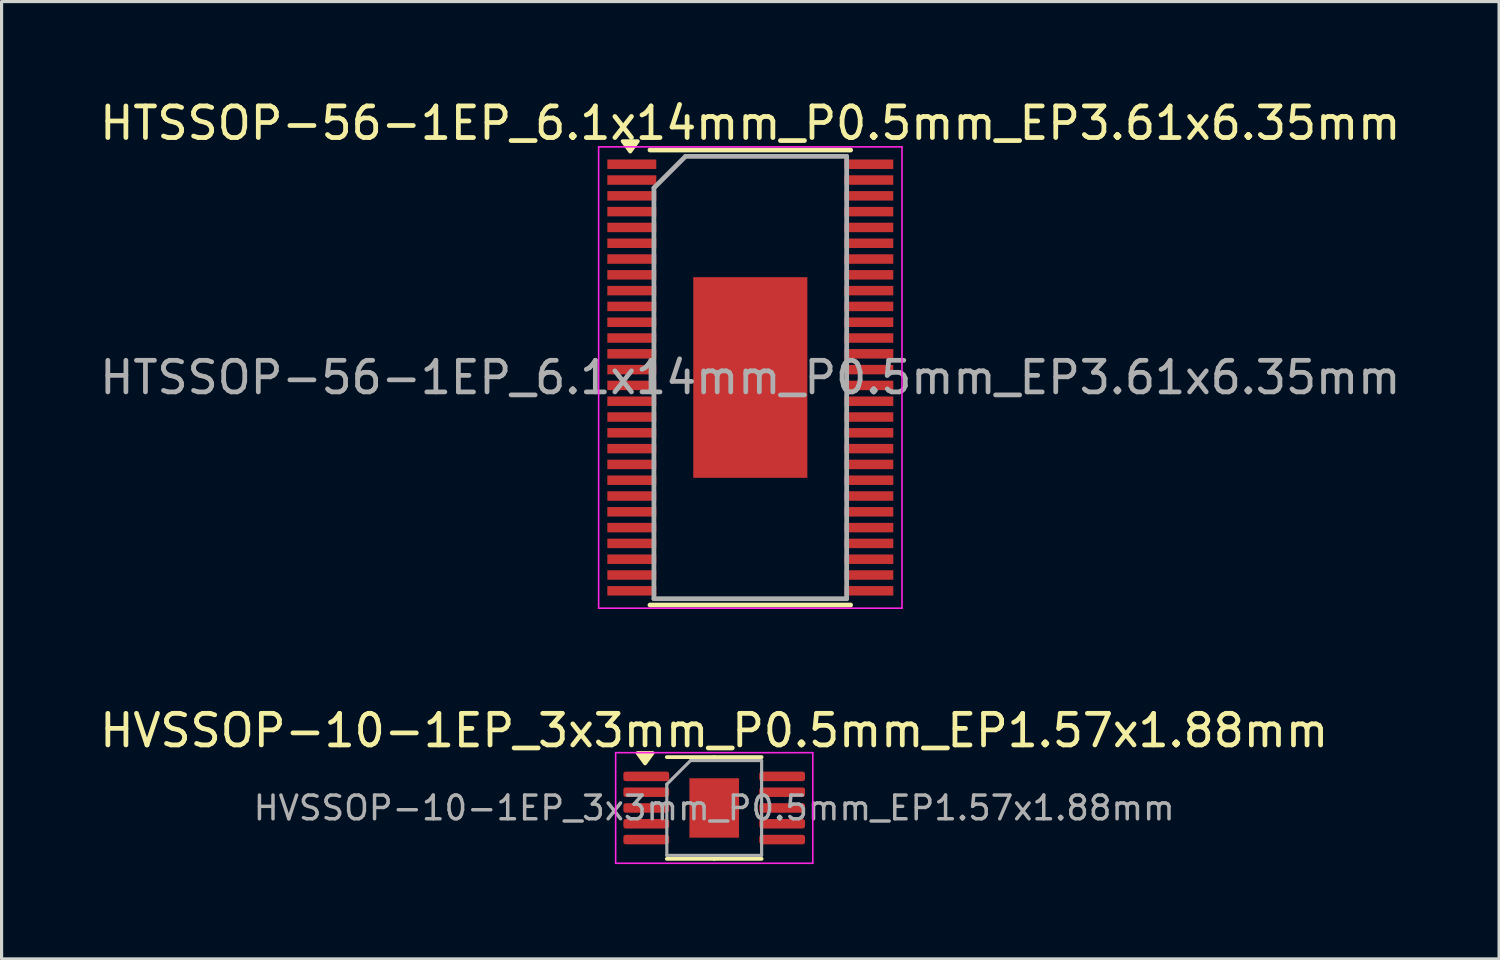
<source format=kicad_pcb>
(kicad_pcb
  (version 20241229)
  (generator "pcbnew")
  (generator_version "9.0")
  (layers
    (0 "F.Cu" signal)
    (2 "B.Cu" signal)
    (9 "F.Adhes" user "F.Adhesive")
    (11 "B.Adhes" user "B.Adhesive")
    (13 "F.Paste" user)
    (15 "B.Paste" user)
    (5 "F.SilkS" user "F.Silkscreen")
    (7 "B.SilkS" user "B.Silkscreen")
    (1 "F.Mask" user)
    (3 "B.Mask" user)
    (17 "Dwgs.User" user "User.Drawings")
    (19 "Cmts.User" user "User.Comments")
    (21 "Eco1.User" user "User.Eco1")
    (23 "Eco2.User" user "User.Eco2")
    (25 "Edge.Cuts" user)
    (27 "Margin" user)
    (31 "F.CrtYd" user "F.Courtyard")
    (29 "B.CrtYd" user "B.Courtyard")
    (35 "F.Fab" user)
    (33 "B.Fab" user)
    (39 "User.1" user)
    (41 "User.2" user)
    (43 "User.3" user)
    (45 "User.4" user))
  (footprint "HTSSOP-56-1EP_6.1x14mm_P0.5mm_EP3.61x6.35mm"
    (layer "F.Cu")
    (at 20.696 8.898)
    (property "Reference" "HTSSOP-56-1EP_6.1x14mm_P0.5mm_EP3.61x6.35mm" (at 0 -8.05 0) (layer "F.SilkS") (effects (font (size 1 1) (thickness 0.15))))
    (attr smd)
    (fp_line (start -3.175 -7.2) (end 3.175 -7.2) (stroke (width 0.15) (type solid)) (layer "F.SilkS"))
    (fp_line (start -3.175 7.2) (end 3.175 7.2) (stroke (width 0.15) (type solid)) (layer "F.SilkS"))
    (fp_poly (pts (xy -3.8 -7.15) (xy -4.04 -7.48) (xy -3.56 -7.48) (xy -3.8 -7.15)) (stroke (width 0.12) (type solid)) (fill yes) (layer "F.SilkS"))
    (fp_line (start -4.8 -7.3) (end -4.8 7.3) (stroke (width 0.05) (type solid)) (layer "F.CrtYd"))
    (fp_line (start -4.8 -7.3) (end 4.8 -7.3) (stroke (width 0.05) (type solid)) (layer "F.CrtYd"))
    (fp_line (start -4.8 7.3) (end 4.8 7.3) (stroke (width 0.05) (type solid)) (layer "F.CrtYd"))
    (fp_line (start 4.8 -7.3) (end 4.8 7.3) (stroke (width 0.05) (type solid)) (layer "F.CrtYd"))
    (fp_line (start -3.05 -6) (end -2.05 -7) (stroke (width 0.15) (type solid)) (layer "F.Fab"))
    (fp_line (start -3.05 7) (end -3.05 -6) (stroke (width 0.15) (type solid)) (layer "F.Fab"))
    (fp_line (start -2.05 -7) (end 3.05 -7) (stroke (width 0.15) (type solid)) (layer "F.Fab"))
    (fp_line (start 3.05 -7) (end 3.05 7) (stroke (width 0.15) (type solid)) (layer "F.Fab"))
    (fp_line (start 3.05 7) (end -3.05 7) (stroke (width 0.15) (type solid)) (layer "F.Fab"))
    (fp_text user "${REFERENCE}" (at 0 0 0) (layer "F.Fab") (effects (font (size 1 1) (thickness 0.15))))
    (pad "" smd rect (at -1.203 -2.54) (size 0.96 1.03) (layers "F.Paste"))
    (pad "" smd rect (at -1.203 -1.27) (size 0.96 1.03) (layers "F.Paste"))
    (pad "" smd rect (at -1.203 0) (size 0.96 1.03) (layers "F.Paste"))
    (pad "" smd rect (at -1.203 1.27) (size 0.96 1.03) (layers "F.Paste"))
    (pad "" smd rect (at -1.203 2.54) (size 0.96 1.03) (layers "F.Paste"))
    (pad "" smd rect (at 0 -2.54) (size 0.96 1.03) (layers "F.Paste"))
    (pad "" smd rect (at 0 -1.27) (size 0.96 1.03) (layers "F.Paste"))
    (pad "" smd rect (at 0 0) (size 0.96 1.03) (layers "F.Paste"))
    (pad "" smd rect (at 0 1.27) (size 0.96 1.03) (layers "F.Paste"))
    (pad "" smd rect (at 0 2.54) (size 0.96 1.03) (layers "F.Paste"))
    (pad "" smd rect (at 1.203 -2.54) (size 0.96 1.03) (layers "F.Paste"))
    (pad "" smd rect (at 1.203 -1.27) (size 0.96 1.03) (layers "F.Paste"))
    (pad "" smd rect (at 1.203 0) (size 0.96 1.03) (layers "F.Paste"))
    (pad "" smd rect (at 1.203 1.27) (size 0.96 1.03) (layers "F.Paste"))
    (pad "" smd rect (at 1.203 2.54) (size 0.96 1.03) (layers "F.Paste"))
    (pad "1" smd rect (at -3.75 -6.75) (size 1.55 0.3) (layers "F.Cu" "F.Mask" "F.Paste"))
    (pad "2" smd rect (at -3.75 -6.25) (size 1.55 0.3) (layers "F.Cu" "F.Mask" "F.Paste"))
    (pad "3" smd rect (at -3.75 -5.75) (size 1.55 0.3) (layers "F.Cu" "F.Mask" "F.Paste"))
    (pad "4" smd rect (at -3.75 -5.25) (size 1.55 0.3) (layers "F.Cu" "F.Mask" "F.Paste"))
    (pad "5" smd rect (at -3.75 -4.75) (size 1.55 0.3) (layers "F.Cu" "F.Mask" "F.Paste"))
    (pad "6" smd rect (at -3.75 -4.25) (size 1.55 0.3) (layers "F.Cu" "F.Mask" "F.Paste"))
    (pad "7" smd rect (at -3.75 -3.75) (size 1.55 0.3) (layers "F.Cu" "F.Mask" "F.Paste"))
    (pad "8" smd rect (at -3.75 -3.25) (size 1.55 0.3) (layers "F.Cu" "F.Mask" "F.Paste"))
    (pad "9" smd rect (at -3.75 -2.75) (size 1.55 0.3) (layers "F.Cu" "F.Mask" "F.Paste"))
    (pad "10" smd rect (at -3.75 -2.25) (size 1.55 0.3) (layers "F.Cu" "F.Mask" "F.Paste"))
    (pad "11" smd rect (at -3.75 -1.75) (size 1.55 0.3) (layers "F.Cu" "F.Mask" "F.Paste"))
    (pad "12" smd rect (at -3.75 -1.25) (size 1.55 0.3) (layers "F.Cu" "F.Mask" "F.Paste"))
    (pad "13" smd rect (at -3.75 -0.75) (size 1.55 0.3) (layers "F.Cu" "F.Mask" "F.Paste"))
    (pad "14" smd rect (at -3.75 -0.25) (size 1.55 0.3) (layers "F.Cu" "F.Mask" "F.Paste"))
    (pad "15" smd rect (at -3.75 0.25) (size 1.55 0.3) (layers "F.Cu" "F.Mask" "F.Paste"))
    (pad "16" smd rect (at -3.75 0.75) (size 1.55 0.3) (layers "F.Cu" "F.Mask" "F.Paste"))
    (pad "17" smd rect (at -3.75 1.25) (size 1.55 0.3) (layers "F.Cu" "F.Mask" "F.Paste"))
    (pad "18" smd rect (at -3.75 1.75) (size 1.55 0.3) (layers "F.Cu" "F.Mask" "F.Paste"))
    (pad "19" smd rect (at -3.75 2.25) (size 1.55 0.3) (layers "F.Cu" "F.Mask" "F.Paste"))
    (pad "20" smd rect (at -3.75 2.75) (size 1.55 0.3) (layers "F.Cu" "F.Mask" "F.Paste"))
    (pad "21" smd rect (at -3.75 3.25) (size 1.55 0.3) (layers "F.Cu" "F.Mask" "F.Paste"))
    (pad "22" smd rect (at -3.75 3.75) (size 1.55 0.3) (layers "F.Cu" "F.Mask" "F.Paste"))
    (pad "23" smd rect (at -3.75 4.25) (size 1.55 0.3) (layers "F.Cu" "F.Mask" "F.Paste"))
    (pad "24" smd rect (at -3.75 4.75) (size 1.55 0.3) (layers "F.Cu" "F.Mask" "F.Paste"))
    (pad "25" smd rect (at -3.75 5.25) (size 1.55 0.3) (layers "F.Cu" "F.Mask" "F.Paste"))
    (pad "26" smd rect (at -3.75 5.75) (size 1.55 0.3) (layers "F.Cu" "F.Mask" "F.Paste"))
    (pad "27" smd rect (at -3.75 6.25) (size 1.55 0.3) (layers "F.Cu" "F.Mask" "F.Paste"))
    (pad "28" smd rect (at -3.75 6.75) (size 1.55 0.3) (layers "F.Cu" "F.Mask" "F.Paste"))
    (pad "29" smd rect (at 3.75 6.75) (size 1.55 0.3) (layers "F.Cu" "F.Mask" "F.Paste"))
    (pad "30" smd rect (at 3.75 6.25) (size 1.55 0.3) (layers "F.Cu" "F.Mask" "F.Paste"))
    (pad "31" smd rect (at 3.75 5.75) (size 1.55 0.3) (layers "F.Cu" "F.Mask" "F.Paste"))
    (pad "32" smd rect (at 3.75 5.25) (size 1.55 0.3) (layers "F.Cu" "F.Mask" "F.Paste"))
    (pad "33" smd rect (at 3.75 4.75) (size 1.55 0.3) (layers "F.Cu" "F.Mask" "F.Paste"))
    (pad "34" smd rect (at 3.75 4.25) (size 1.55 0.3) (layers "F.Cu" "F.Mask" "F.Paste"))
    (pad "35" smd rect (at 3.75 3.75) (size 1.55 0.3) (layers "F.Cu" "F.Mask" "F.Paste"))
    (pad "36" smd rect (at 3.75 3.25) (size 1.55 0.3) (layers "F.Cu" "F.Mask" "F.Paste"))
    (pad "37" smd rect (at 3.75 2.75) (size 1.55 0.3) (layers "F.Cu" "F.Mask" "F.Paste"))
    (pad "38" smd rect (at 3.75 2.25) (size 1.55 0.3) (layers "F.Cu" "F.Mask" "F.Paste"))
    (pad "39" smd rect (at 3.75 1.75) (size 1.55 0.3) (layers "F.Cu" "F.Mask" "F.Paste"))
    (pad "40" smd rect (at 3.75 1.25) (size 1.55 0.3) (layers "F.Cu" "F.Mask" "F.Paste"))
    (pad "41" smd rect (at 3.75 0.75) (size 1.55 0.3) (layers "F.Cu" "F.Mask" "F.Paste"))
    (pad "42" smd rect (at 3.75 0.25) (size 1.55 0.3) (layers "F.Cu" "F.Mask" "F.Paste"))
    (pad "43" smd rect (at 3.75 -0.25) (size 1.55 0.3) (layers "F.Cu" "F.Mask" "F.Paste"))
    (pad "44" smd rect (at 3.75 -0.75) (size 1.55 0.3) (layers "F.Cu" "F.Mask" "F.Paste"))
    (pad "45" smd rect (at 3.75 -1.25) (size 1.55 0.3) (layers "F.Cu" "F.Mask" "F.Paste"))
    (pad "46" smd rect (at 3.75 -1.75) (size 1.55 0.3) (layers "F.Cu" "F.Mask" "F.Paste"))
    (pad "47" smd rect (at 3.75 -2.25) (size 1.55 0.3) (layers "F.Cu" "F.Mask" "F.Paste"))
    (pad "48" smd rect (at 3.75 -2.75) (size 1.55 0.3) (layers "F.Cu" "F.Mask" "F.Paste"))
    (pad "49" smd rect (at 3.75 -3.25) (size 1.55 0.3) (layers "F.Cu" "F.Mask" "F.Paste"))
    (pad "50" smd rect (at 3.75 -3.75) (size 1.55 0.3) (layers "F.Cu" "F.Mask" "F.Paste"))
    (pad "51" smd rect (at 3.75 -4.25) (size 1.55 0.3) (layers "F.Cu" "F.Mask" "F.Paste"))
    (pad "52" smd rect (at 3.75 -4.75) (size 1.55 0.3) (layers "F.Cu" "F.Mask" "F.Paste"))
    (pad "53" smd rect (at 3.75 -5.25) (size 1.55 0.3) (layers "F.Cu" "F.Mask" "F.Paste"))
    (pad "54" smd rect (at 3.75 -5.75) (size 1.55 0.3) (layers "F.Cu" "F.Mask" "F.Paste"))
    (pad "55" smd rect (at 3.75 -6.25) (size 1.55 0.3) (layers "F.Cu" "F.Mask" "F.Paste"))
    (pad "56" smd rect (at 3.75 -6.75) (size 1.55 0.3) (layers "F.Cu" "F.Mask" "F.Paste"))
    (pad "57" smd rect (at 0 0) (size 3.61 6.35) (layers "F.Cu" "F.Mask")))
  (footprint "HVSSOP-10-1EP_3x3mm_P0.5mm_EP1.57x1.88mm"
    (layer "F.Cu")
    (at 19.554 22.521)
    (property "Reference" "HVSSOP-10-1EP_3x3mm_P0.5mm_EP1.57x1.88mm" (at 0 -2.45 0) (layer "F.SilkS") (effects (font (size 1 1) (thickness 0.15))))
    (attr smd)
    (fp_line (start 0 -1.61) (end -1.5 -1.61) (stroke (width 0.12) (type solid)) (layer "F.SilkS"))
    (fp_line (start 0 -1.61) (end 1.5 -1.61) (stroke (width 0.12) (type solid)) (layer "F.SilkS"))
    (fp_line (start 0 1.61) (end -1.5 1.61) (stroke (width 0.12) (type solid)) (layer "F.SilkS"))
    (fp_line (start 0 1.61) (end 1.5 1.61) (stroke (width 0.12) (type solid)) (layer "F.SilkS"))
    (fp_poly (pts (xy -2.188 -1.41) (xy -2.428 -1.74) (xy -1.948 -1.74) (xy -2.188 -1.41)) (stroke (width 0.12) (type solid)) (fill yes) (layer "F.SilkS"))
    (fp_line (start -3.12 -1.75) (end -3.12 1.75) (stroke (width 0.05) (type solid)) (layer "F.CrtYd"))
    (fp_line (start -3.12 1.75) (end 3.12 1.75) (stroke (width 0.05) (type solid)) (layer "F.CrtYd"))
    (fp_line (start 3.12 -1.75) (end -3.12 -1.75) (stroke (width 0.05) (type solid)) (layer "F.CrtYd"))
    (fp_line (start 3.12 1.75) (end 3.12 -1.75) (stroke (width 0.05) (type solid)) (layer "F.CrtYd"))
    (fp_line (start -1.5 -0.75) (end -0.75 -1.5) (stroke (width 0.1) (type solid)) (layer "F.Fab"))
    (fp_line (start -1.5 1.5) (end -1.5 -0.75) (stroke (width 0.1) (type solid)) (layer "F.Fab"))
    (fp_line (start -0.75 -1.5) (end 1.5 -1.5) (stroke (width 0.1) (type solid)) (layer "F.Fab"))
    (fp_line (start 1.5 -1.5) (end 1.5 1.5) (stroke (width 0.1) (type solid)) (layer "F.Fab"))
    (fp_line (start 1.5 1.5) (end -1.5 1.5) (stroke (width 0.1) (type solid)) (layer "F.Fab"))
    (fp_text user "${REFERENCE}" (at 0 0 0) (layer "F.Fab") (effects (font (size 0.75 0.75) (thickness 0.11))))
    (pad "" smd roundrect (at -0.39 -0.47) (size 0.63 0.76) (layers "F.Paste") (roundrect_rratio 0.25))
    (pad "" smd roundrect (at -0.39 0.47) (size 0.63 0.76) (layers "F.Paste") (roundrect_rratio 0.25))
    (pad "" smd roundrect (at 0.39 -0.47) (size 0.63 0.76) (layers "F.Paste") (roundrect_rratio 0.25))
    (pad "" smd roundrect (at 0.39 0.47) (size 0.63 0.76) (layers "F.Paste") (roundrect_rratio 0.25))
    (pad "1" smd roundrect (at -2.15 -1) (size 1.45 0.3) (layers "F.Cu" "F.Mask" "F.Paste") (roundrect_rratio 0.25))
    (pad "2" smd roundrect (at -2.15 -0.5) (size 1.45 0.3) (layers "F.Cu" "F.Mask" "F.Paste") (roundrect_rratio 0.25))
    (pad "3" smd roundrect (at -2.15 0) (size 1.45 0.3) (layers "F.Cu" "F.Mask" "F.Paste") (roundrect_rratio 0.25))
    (pad "4" smd roundrect (at -2.15 0.5) (size 1.45 0.3) (layers "F.Cu" "F.Mask" "F.Paste") (roundrect_rratio 0.25))
    (pad "5" smd roundrect (at -2.15 1) (size 1.45 0.3) (layers "F.Cu" "F.Mask" "F.Paste") (roundrect_rratio 0.25))
    (pad "6" smd roundrect (at 2.15 1) (size 1.45 0.3) (layers "F.Cu" "F.Mask" "F.Paste") (roundrect_rratio 0.25))
    (pad "7" smd roundrect (at 2.15 0.5) (size 1.45 0.3) (layers "F.Cu" "F.Mask" "F.Paste") (roundrect_rratio 0.25))
    (pad "8" smd roundrect (at 2.15 0) (size 1.45 0.3) (layers "F.Cu" "F.Mask" "F.Paste") (roundrect_rratio 0.25))
    (pad "9" smd roundrect (at 2.15 -0.5) (size 1.45 0.3) (layers "F.Cu" "F.Mask" "F.Paste") (roundrect_rratio 0.25))
    (pad "10" smd roundrect (at 2.15 -1) (size 1.45 0.3) (layers "F.Cu" "F.Mask" "F.Paste") (roundrect_rratio 0.25))
    (pad "11" smd rect (at 0 0) (size 1.57 1.88) (property pad_prop_heatsink) (layers "F.Cu" "F.Mask")))
  (gr_rect
    (start -3 -3)
    (end 44.393 27.297)
    (stroke (width 0.1) (type default))
    (fill no)
    (layer "Edge.Cuts")))
</source>
